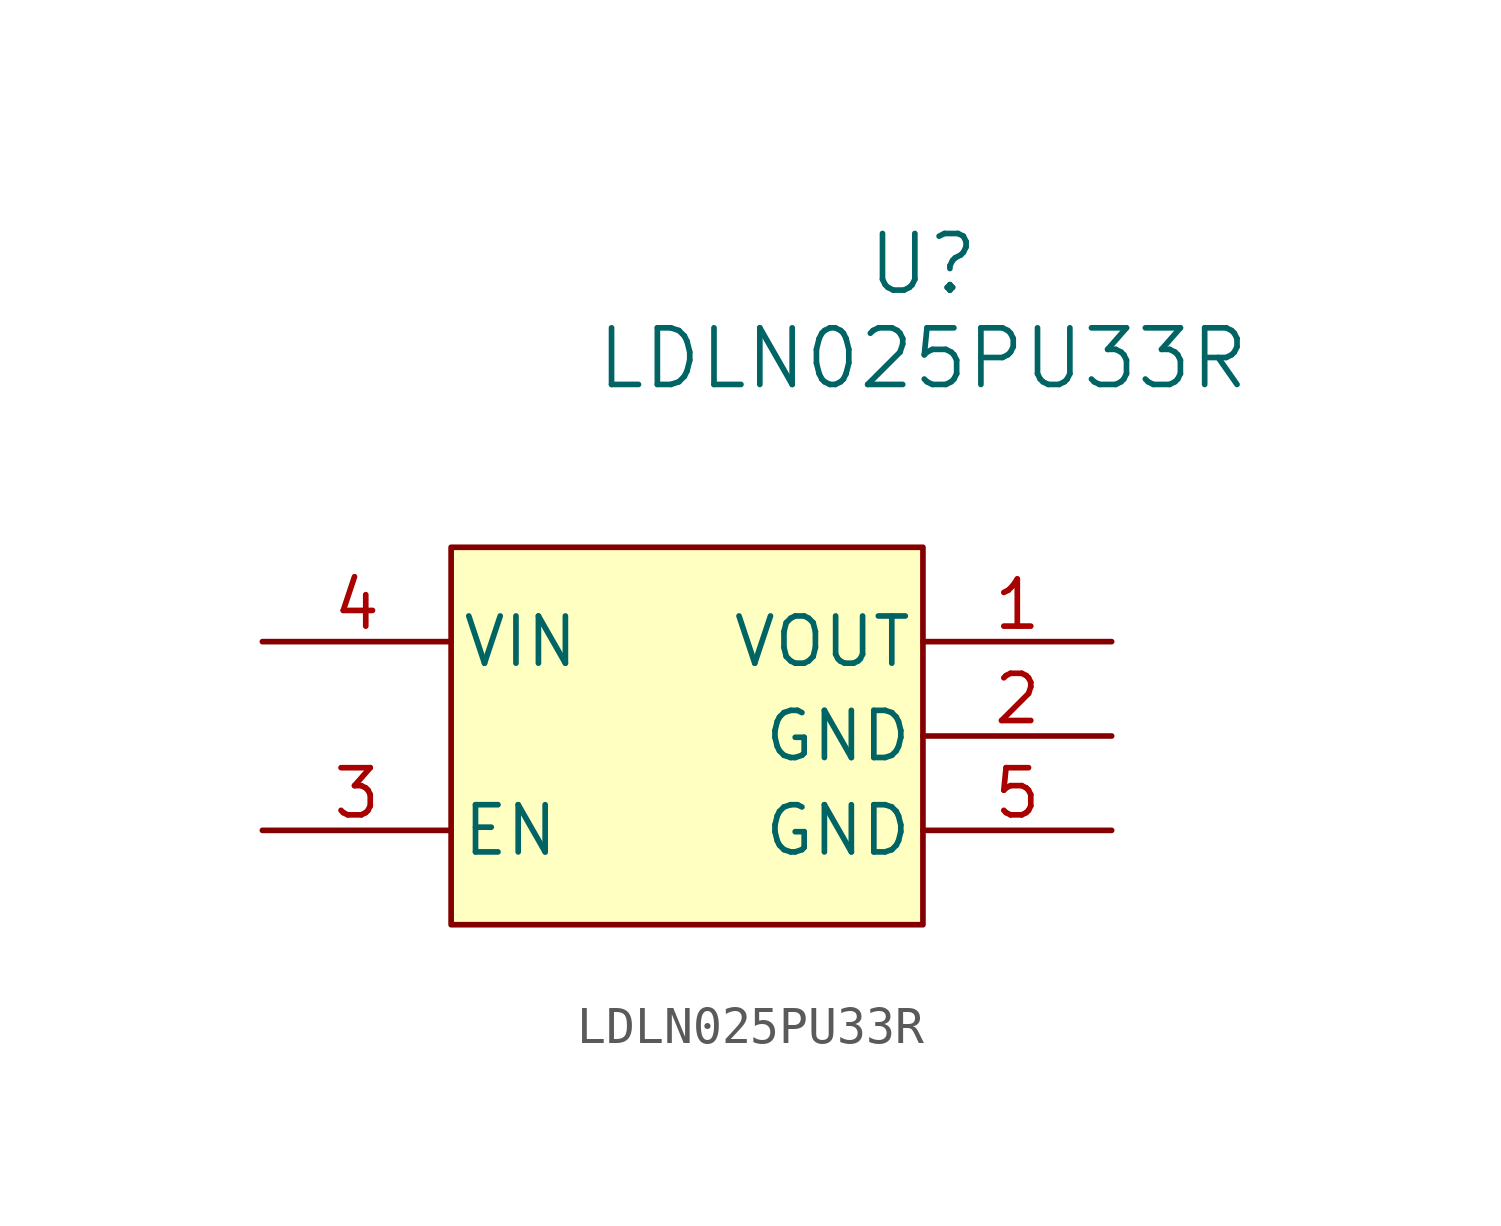
<source format=kicad_sym>
(kicad_symbol_lib
  (version 20231120)
  (generator "kicad_symbol_editor")
  (generator_version "8.0")
  (symbol "LDLN025PU33R"
    (pin_names
      (offset 0.254))
    (property "Reference" "U"
      (at 20.32 10.16 0)
      (effects (font (size 1.524 1.524))))
    (property "Value" "LDLN025PU33R"
      (at 20.32 7.62 0)
      (effects (font (size 1.524 1.524))))
    (property "ki_locked" ""
      (at 0 0 0)
      (effects (font (size 1.27 1.27))))
    (symbol "LDLN025PU33R_1_1"
      (rectangle (start 7.62 2.54) (end 20.32 -7.62) (stroke (width 0) (type default)) (fill (type background)))
      (pin power_in line (at 25.4 0 180) (length 5.08) (name "VOUT" (effects (font (size 1.27 1.27)))) (number "1" (effects (font (size 1.27 1.27)))))
      (pin power_out line (at 25.4 -2.54 180) (length 5.08) (name "GND" (effects (font (size 1.27 1.27)))) (number "2" (effects (font (size 1.27 1.27)))))
      (pin passive line (at 2.54 -5.08 0) (length 5.08) (name "EN" (effects (font (size 1.27 1.27)))) (number "3" (effects (font (size 1.27 1.27)))))
      (pin power_in line (at 2.54 0 0) (length 5.08) (name "VIN" (effects (font (size 1.27 1.27)))) (number "4" (effects (font (size 1.27 1.27)))))
      (pin power_out line (at 25.4 -5.08 180) (length 5.08) (name "GND" (effects (font (size 1.27 1.27)))) (number "5" (effects (font (size 1.27 1.27))))))))
</source>
